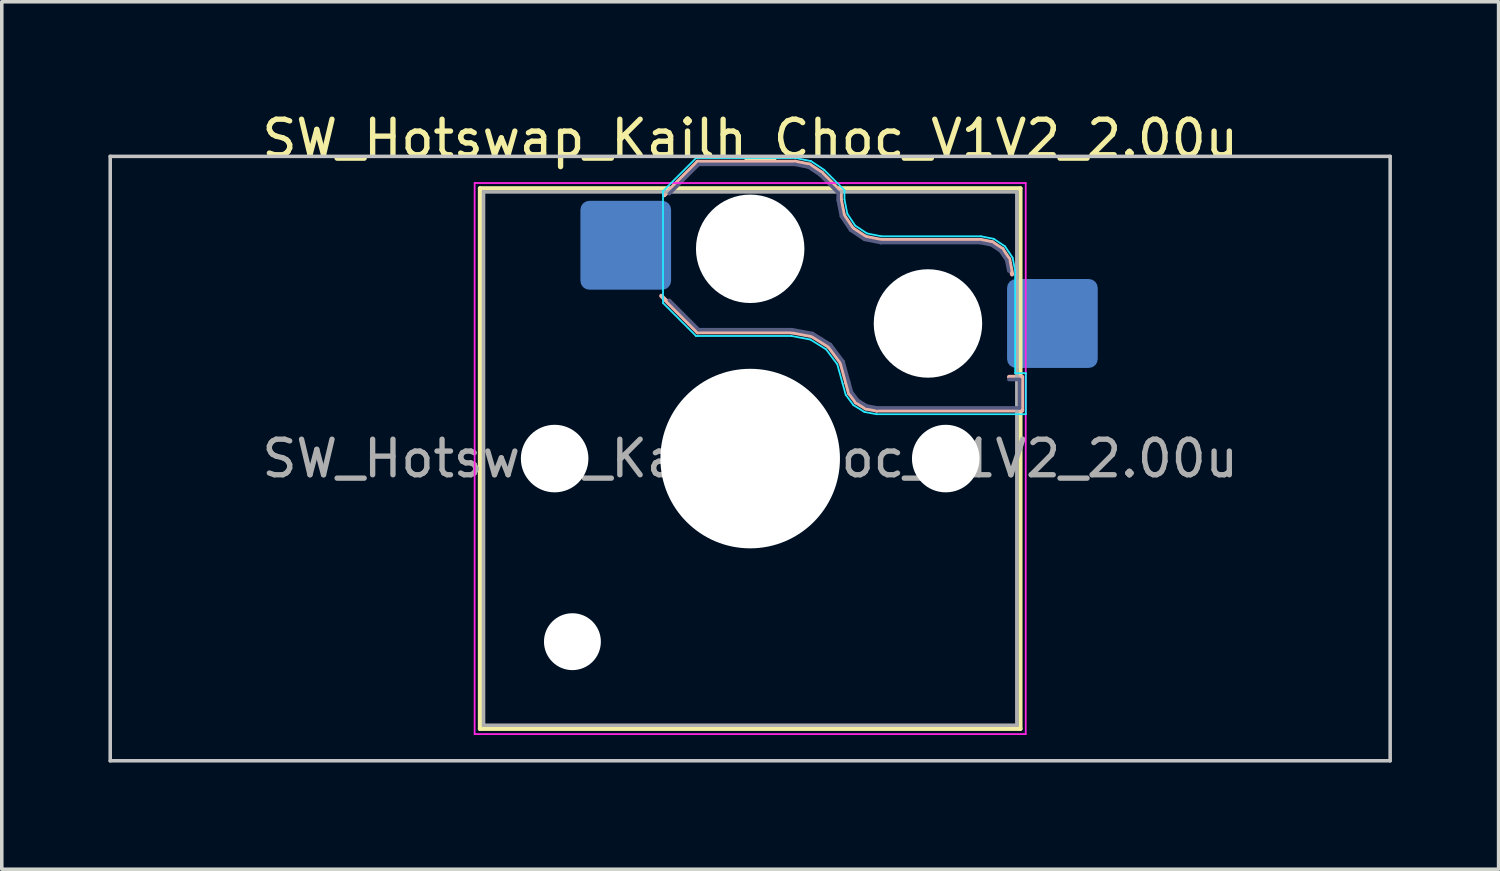
<source format=kicad_pcb>
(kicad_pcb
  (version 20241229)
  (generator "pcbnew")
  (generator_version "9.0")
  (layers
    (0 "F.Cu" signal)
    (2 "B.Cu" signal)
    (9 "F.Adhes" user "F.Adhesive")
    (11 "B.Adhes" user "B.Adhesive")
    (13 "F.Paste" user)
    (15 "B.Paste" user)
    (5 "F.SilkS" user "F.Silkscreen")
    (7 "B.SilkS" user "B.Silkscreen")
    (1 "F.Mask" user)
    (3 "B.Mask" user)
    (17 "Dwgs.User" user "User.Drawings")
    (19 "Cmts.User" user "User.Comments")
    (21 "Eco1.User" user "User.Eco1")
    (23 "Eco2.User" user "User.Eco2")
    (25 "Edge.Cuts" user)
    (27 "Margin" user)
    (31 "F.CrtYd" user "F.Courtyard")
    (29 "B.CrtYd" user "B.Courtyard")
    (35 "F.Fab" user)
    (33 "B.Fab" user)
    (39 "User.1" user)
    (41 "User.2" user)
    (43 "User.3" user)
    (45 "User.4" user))
  (footprint "SW_Hotswap_Kailh_Choc_V1V2_2.00u"
    (layer "F.Cu")
    (at 18.05 9.848)
    (property "Reference" "SW_Hotswap_Kailh_Choc_V1V2_2.00u" (at 0 -9 0) (layer "F.SilkS") (effects (font (size 1 1) (thickness 0.15))))
    (attr smd)
    (fp_line (start -7.6 -7.6) (end -7.6 7.6) (stroke (width 0.12) (type solid)) (layer "F.SilkS"))
    (fp_line (start -7.6 7.6) (end 7.6 7.6) (stroke (width 0.12) (type solid)) (layer "F.SilkS"))
    (fp_line (start 7.6 -7.6) (end -7.6 -7.6) (stroke (width 0.12) (type solid)) (layer "F.SilkS"))
    (fp_line (start 7.6 7.6) (end 7.6 -7.6) (stroke (width 0.12) (type solid)) (layer "F.SilkS"))
    (fp_line (start -2.416 -7.409) (end -1.479 -8.346) (stroke (width 0.12) (type solid)) (layer "B.SilkS"))
    (fp_line (start -1.479 -8.346) (end 1.268 -8.346) (stroke (width 0.12) (type solid)) (layer "B.SilkS"))
    (fp_line (start -1.479 -3.554) (end -2.5 -4.575) (stroke (width 0.12) (type solid)) (layer "B.SilkS"))
    (fp_line (start 1.168 -3.554) (end -1.479 -3.554) (stroke (width 0.12) (type solid)) (layer "B.SilkS"))
    (fp_line (start 1.268 -8.346) (end 1.671 -8.266) (stroke (width 0.12) (type solid)) (layer "B.SilkS"))
    (fp_line (start 1.671 -8.266) (end 2.013 -8.037) (stroke (width 0.12) (type solid)) (layer "B.SilkS"))
    (fp_line (start 1.73 -3.449) (end 1.168 -3.554) (stroke (width 0.12) (type solid)) (layer "B.SilkS"))
    (fp_line (start 2.013 -8.037) (end 2.546 -7.504) (stroke (width 0.12) (type solid)) (layer "B.SilkS"))
    (fp_line (start 2.209 -3.15) (end 1.73 -3.449) (stroke (width 0.12) (type solid)) (layer "B.SilkS"))
    (fp_line (start 2.546 -7.504) (end 2.546 -7.282) (stroke (width 0.12) (type solid)) (layer "B.SilkS"))
    (fp_line (start 2.546 -7.282) (end 2.633 -6.844) (stroke (width 0.12) (type solid)) (layer "B.SilkS"))
    (fp_line (start 2.547 -2.697) (end 2.209 -3.15) (stroke (width 0.12) (type solid)) (layer "B.SilkS"))
    (fp_line (start 2.633 -6.844) (end 2.877 -6.477) (stroke (width 0.12) (type solid)) (layer "B.SilkS"))
    (fp_line (start 2.701 -2.139) (end 2.547 -2.697) (stroke (width 0.12) (type solid)) (layer "B.SilkS"))
    (fp_line (start 2.783 -1.841) (end 2.701 -2.139) (stroke (width 0.12) (type solid)) (layer "B.SilkS"))
    (fp_line (start 2.877 -6.477) (end 3.244 -6.233) (stroke (width 0.12) (type solid)) (layer "B.SilkS"))
    (fp_line (start 2.976 -1.583) (end 2.783 -1.841) (stroke (width 0.12) (type solid)) (layer "B.SilkS"))
    (fp_line (start 3.244 -6.233) (end 3.682 -6.146) (stroke (width 0.12) (type solid)) (layer "B.SilkS"))
    (fp_line (start 3.25 -1.413) (end 2.976 -1.583) (stroke (width 0.12) (type solid)) (layer "B.SilkS"))
    (fp_line (start 3.56 -1.354) (end 3.25 -1.413) (stroke (width 0.12) (type solid)) (layer "B.SilkS"))
    (fp_line (start 3.682 -6.146) (end 6.482 -6.146) (stroke (width 0.12) (type solid)) (layer "B.SilkS"))
    (fp_line (start 6.482 -6.146) (end 6.809 -6.081) (stroke (width 0.12) (type solid)) (layer "B.SilkS"))
    (fp_line (start 6.809 -6.081) (end 7.092 -5.892) (stroke (width 0.12) (type solid)) (layer "B.SilkS"))
    (fp_line (start 7.092 -5.892) (end 7.281 -5.609) (stroke (width 0.12) (type solid)) (layer "B.SilkS"))
    (fp_line (start 7.281 -5.609) (end 7.366 -5.182) (stroke (width 0.12) (type solid)) (layer "B.SilkS"))
    (fp_line (start 7.283 -2.296) (end 7.646 -2.296) (stroke (width 0.12) (type solid)) (layer "B.SilkS"))
    (fp_line (start 7.646 -2.296) (end 7.646 -1.354) (stroke (width 0.12) (type solid)) (layer "B.SilkS"))
    (fp_line (start 7.646 -1.354) (end 3.56 -1.354) (stroke (width 0.12) (type solid)) (layer "B.SilkS"))
    (fp_line (start -18 -8.5) (end -18 8.5) (stroke (width 0.1) (type solid)) (layer "Dwgs.User"))
    (fp_line (start -18 8.5) (end 18 8.5) (stroke (width 0.1) (type solid)) (layer "Dwgs.User"))
    (fp_line (start 18 -8.5) (end -18 -8.5) (stroke (width 0.1) (type solid)) (layer "Dwgs.User"))
    (fp_line (start 18 8.5) (end 18 -8.5) (stroke (width 0.1) (type solid)) (layer "Dwgs.User"))
    (fp_line (start -7.25 -7.25) (end -7.25 7.25) (stroke (width 0.1) (type solid)) (layer "Eco1.User"))
    (fp_line (start -7.25 7.25) (end 7.25 7.25) (stroke (width 0.1) (type solid)) (layer "Eco1.User"))
    (fp_line (start 7.25 -7.25) (end -7.25 -7.25) (stroke (width 0.1) (type solid)) (layer "Eco1.User"))
    (fp_line (start 7.25 7.25) (end 7.25 -7.25) (stroke (width 0.1) (type solid)) (layer "Eco1.User"))
    (fp_line (start -2.452 -7.523) (end -1.523 -8.452) (stroke (width 0.05) (type solid)) (layer "B.CrtYd"))
    (fp_line (start -2.452 -4.377) (end -2.452 -7.523) (stroke (width 0.05) (type solid)) (layer "B.CrtYd"))
    (fp_line (start -1.523 -8.452) (end 1.278 -8.452) (stroke (width 0.05) (type solid)) (layer "B.CrtYd"))
    (fp_line (start -1.523 -3.448) (end -2.452 -4.377) (stroke (width 0.05) (type solid)) (layer "B.CrtYd"))
    (fp_line (start 1.159 -3.448) (end -1.523 -3.448) (stroke (width 0.05) (type solid)) (layer "B.CrtYd"))
    (fp_line (start 1.278 -8.452) (end 1.712 -8.366) (stroke (width 0.05) (type solid)) (layer "B.CrtYd"))
    (fp_line (start 1.691 -3.348) (end 1.159 -3.448) (stroke (width 0.05) (type solid)) (layer "B.CrtYd"))
    (fp_line (start 1.712 -8.366) (end 2.081 -8.119) (stroke (width 0.05) (type solid)) (layer "B.CrtYd"))
    (fp_line (start 2.081 -8.119) (end 2.652 -7.548) (stroke (width 0.05) (type solid)) (layer "B.CrtYd"))
    (fp_line (start 2.136 -3.071) (end 1.691 -3.348) (stroke (width 0.05) (type solid)) (layer "B.CrtYd"))
    (fp_line (start 2.45 -2.65) (end 2.136 -3.071) (stroke (width 0.05) (type solid)) (layer "B.CrtYd"))
    (fp_line (start 2.599 -2.111) (end 2.45 -2.65) (stroke (width 0.05) (type solid)) (layer "B.CrtYd"))
    (fp_line (start 2.652 -7.548) (end 2.652 -7.292) (stroke (width 0.05) (type solid)) (layer "B.CrtYd"))
    (fp_line (start 2.652 -7.292) (end 2.733 -6.885) (stroke (width 0.05) (type solid)) (layer "B.CrtYd"))
    (fp_line (start 2.687 -1.794) (end 2.599 -2.111) (stroke (width 0.05) (type solid)) (layer "B.CrtYd"))
    (fp_line (start 2.733 -6.885) (end 2.953 -6.553) (stroke (width 0.05) (type solid)) (layer "B.CrtYd"))
    (fp_line (start 2.903 -1.503) (end 2.687 -1.794) (stroke (width 0.05) (type solid)) (layer "B.CrtYd"))
    (fp_line (start 2.953 -6.553) (end 3.285 -6.333) (stroke (width 0.05) (type solid)) (layer "B.CrtYd"))
    (fp_line (start 3.211 -1.312) (end 2.903 -1.503) (stroke (width 0.05) (type solid)) (layer "B.CrtYd"))
    (fp_line (start 3.285 -6.333) (end 3.692 -6.252) (stroke (width 0.05) (type solid)) (layer "B.CrtYd"))
    (fp_line (start 3.55 -1.248) (end 3.211 -1.312) (stroke (width 0.05) (type solid)) (layer "B.CrtYd"))
    (fp_line (start 3.692 -6.252) (end 6.492 -6.252) (stroke (width 0.05) (type solid)) (layer "B.CrtYd"))
    (fp_line (start 6.492 -6.252) (end 6.85 -6.181) (stroke (width 0.05) (type solid)) (layer "B.CrtYd"))
    (fp_line (start 6.85 -6.181) (end 7.168 -5.968) (stroke (width 0.05) (type solid)) (layer "B.CrtYd"))
    (fp_line (start 7.168 -5.968) (end 7.381 -5.65) (stroke (width 0.05) (type solid)) (layer "B.CrtYd"))
    (fp_line (start 7.381 -5.65) (end 7.452 -5.292) (stroke (width 0.05) (type solid)) (layer "B.CrtYd"))
    (fp_line (start 7.452 -5.292) (end 7.452 -2.402) (stroke (width 0.05) (type solid)) (layer "B.CrtYd"))
    (fp_line (start 7.452 -2.402) (end 7.752 -2.402) (stroke (width 0.05) (type solid)) (layer "B.CrtYd"))
    (fp_line (start 7.752 -2.402) (end 7.752 -1.248) (stroke (width 0.05) (type solid)) (layer "B.CrtYd"))
    (fp_line (start 7.752 -1.248) (end 3.55 -1.248) (stroke (width 0.05) (type solid)) (layer "B.CrtYd"))
    (fp_line (start -7.75 -7.75) (end -7.75 7.75) (stroke (width 0.05) (type solid)) (layer "F.CrtYd"))
    (fp_line (start -7.75 7.75) (end 7.75 7.75) (stroke (width 0.05) (type solid)) (layer "F.CrtYd"))
    (fp_line (start 7.75 -7.75) (end -7.75 -7.75) (stroke (width 0.05) (type solid)) (layer "F.CrtYd"))
    (fp_line (start 7.75 7.75) (end 7.75 -7.75) (stroke (width 0.05) (type solid)) (layer "F.CrtYd"))
    (fp_line (start -2.275 -7.45) (end -1.45 -8.275) (stroke (width 0.1) (type solid)) (layer "B.Fab"))
    (fp_line (start -1.45 -8.275) (end 1.261 -8.275) (stroke (width 0.1) (type solid)) (layer "B.Fab"))
    (fp_line (start -1.45 -3.625) (end -2.275 -4.45) (stroke (width 0.1) (type solid)) (layer "B.Fab"))
    (fp_line (start 1.175 -3.625) (end -1.45 -3.625) (stroke (width 0.1) (type solid)) (layer "B.Fab"))
    (fp_line (start 1.261 -8.275) (end 1.643 -8.199) (stroke (width 0.1) (type solid)) (layer "B.Fab"))
    (fp_line (start 1.643 -8.199) (end 1.968 -7.982) (stroke (width 0.1) (type solid)) (layer "B.Fab"))
    (fp_line (start 1.756 -3.516) (end 1.175 -3.625) (stroke (width 0.1) (type solid)) (layer "B.Fab"))
    (fp_line (start 1.968 -7.982) (end 2.475 -7.475) (stroke (width 0.1) (type solid)) (layer "B.Fab"))
    (fp_line (start 2.258 -3.203) (end 1.756 -3.516) (stroke (width 0.1) (type solid)) (layer "B.Fab"))
    (fp_line (start 2.475 -7.475) (end 2.475 -7.275) (stroke (width 0.1) (type solid)) (layer "B.Fab"))
    (fp_line (start 2.475 -7.275) (end 2.566 -6.816) (stroke (width 0.1) (type solid)) (layer "B.Fab"))
    (fp_line (start 2.566 -6.816) (end 2.826 -6.426) (stroke (width 0.1) (type solid)) (layer "B.Fab"))
    (fp_line (start 2.612 -2.729) (end 2.258 -3.203) (stroke (width 0.1) (type solid)) (layer "B.Fab"))
    (fp_line (start 2.769 -2.158) (end 2.612 -2.729) (stroke (width 0.1) (type solid)) (layer "B.Fab"))
    (fp_line (start 2.826 -6.426) (end 3.216 -6.166) (stroke (width 0.1) (type solid)) (layer "B.Fab"))
    (fp_line (start 2.848 -1.873) (end 2.769 -2.158) (stroke (width 0.1) (type solid)) (layer "B.Fab"))
    (fp_line (start 3.025 -1.636) (end 2.848 -1.873) (stroke (width 0.1) (type solid)) (layer "B.Fab"))
    (fp_line (start 3.216 -6.166) (end 3.675 -6.075) (stroke (width 0.1) (type solid)) (layer "B.Fab"))
    (fp_line (start 3.276 -1.48) (end 3.025 -1.636) (stroke (width 0.1) (type solid)) (layer "B.Fab"))
    (fp_line (start 3.567 -1.425) (end 3.276 -1.48) (stroke (width 0.1) (type solid)) (layer "B.Fab"))
    (fp_line (start 3.675 -6.075) (end 6.475 -6.075) (stroke (width 0.1) (type solid)) (layer "B.Fab"))
    (fp_line (start 6.475 -6.075) (end 6.781 -6.014) (stroke (width 0.1) (type solid)) (layer "B.Fab"))
    (fp_line (start 6.781 -6.014) (end 7.041 -5.841) (stroke (width 0.1) (type solid)) (layer "B.Fab"))
    (fp_line (start 7.041 -5.841) (end 7.214 -5.581) (stroke (width 0.1) (type solid)) (layer "B.Fab"))
    (fp_line (start 7.214 -5.581) (end 7.275 -5.275) (stroke (width 0.1) (type solid)) (layer "B.Fab"))
    (fp_line (start 7.275 -2.225) (end 7.575 -2.225) (stroke (width 0.1) (type solid)) (layer "B.Fab"))
    (fp_line (start 7.575 -2.225) (end 7.575 -1.425) (stroke (width 0.1) (type solid)) (layer "B.Fab"))
    (fp_line (start 7.575 -1.425) (end 3.567 -1.425) (stroke (width 0.1) (type solid)) (layer "B.Fab"))
    (fp_line (start -7.5 -7.5) (end -7.5 7.5) (stroke (width 0.1) (type solid)) (layer "F.Fab"))
    (fp_line (start -7.5 7.5) (end 7.5 7.5) (stroke (width 0.1) (type solid)) (layer "F.Fab"))
    (fp_line (start 7.5 -7.5) (end -7.5 -7.5) (stroke (width 0.1) (type solid)) (layer "F.Fab"))
    (fp_line (start 7.5 7.5) (end 7.5 -7.5) (stroke (width 0.1) (type solid)) (layer "F.Fab"))
    (fp_text user "${REFERENCE}" (at 0 0 0) (layer "F.Fab") (effects (font (size 1 1) (thickness 0.15))))
    (pad "" np_thru_hole circle (at -5.5 0) (size 1.9 1.9) (drill 1.9) (layers "*.Cu" "*.Mask"))
    (pad "" np_thru_hole circle (at -5 5.15) (size 1.6 1.6) (drill 1.6) (layers "*.Cu" "*.Mask"))
    (pad "" np_thru_hole circle (at 0 -5.9) (size 3.05 3.05) (drill 3.05) (layers "*.Cu" "*.Mask"))
    (pad "" np_thru_hole circle (at 0 0) (size 5.05 5.05) (drill 5.05) (layers "*.Cu" "*.Mask"))
    (pad "" np_thru_hole circle (at 5 -3.8) (size 3.05 3.05) (drill 3.05) (layers "*.Cu" "*.Mask"))
    (pad "" np_thru_hole circle (at 5.5 0) (size 1.9 1.9) (drill 1.9) (layers "*.Cu" "*.Mask"))
    (pad "1" smd roundrect (at -3.5 -6) (size 2.55 2.5) (layers "B.Cu" "B.Mask" "B.Paste") (roundrect_rratio 0.1))
    (pad "2" smd roundrect (at 8.5 -3.8) (size 2.55 2.5) (layers "B.Cu" "B.Mask" "B.Paste") (roundrect_rratio 0.1)))
  (gr_rect
    (start -3 -3)
    (end 39.1 21.398)
    (stroke (width 0.1) (type default))
    (fill no)
    (layer "Edge.Cuts")))
</source>
